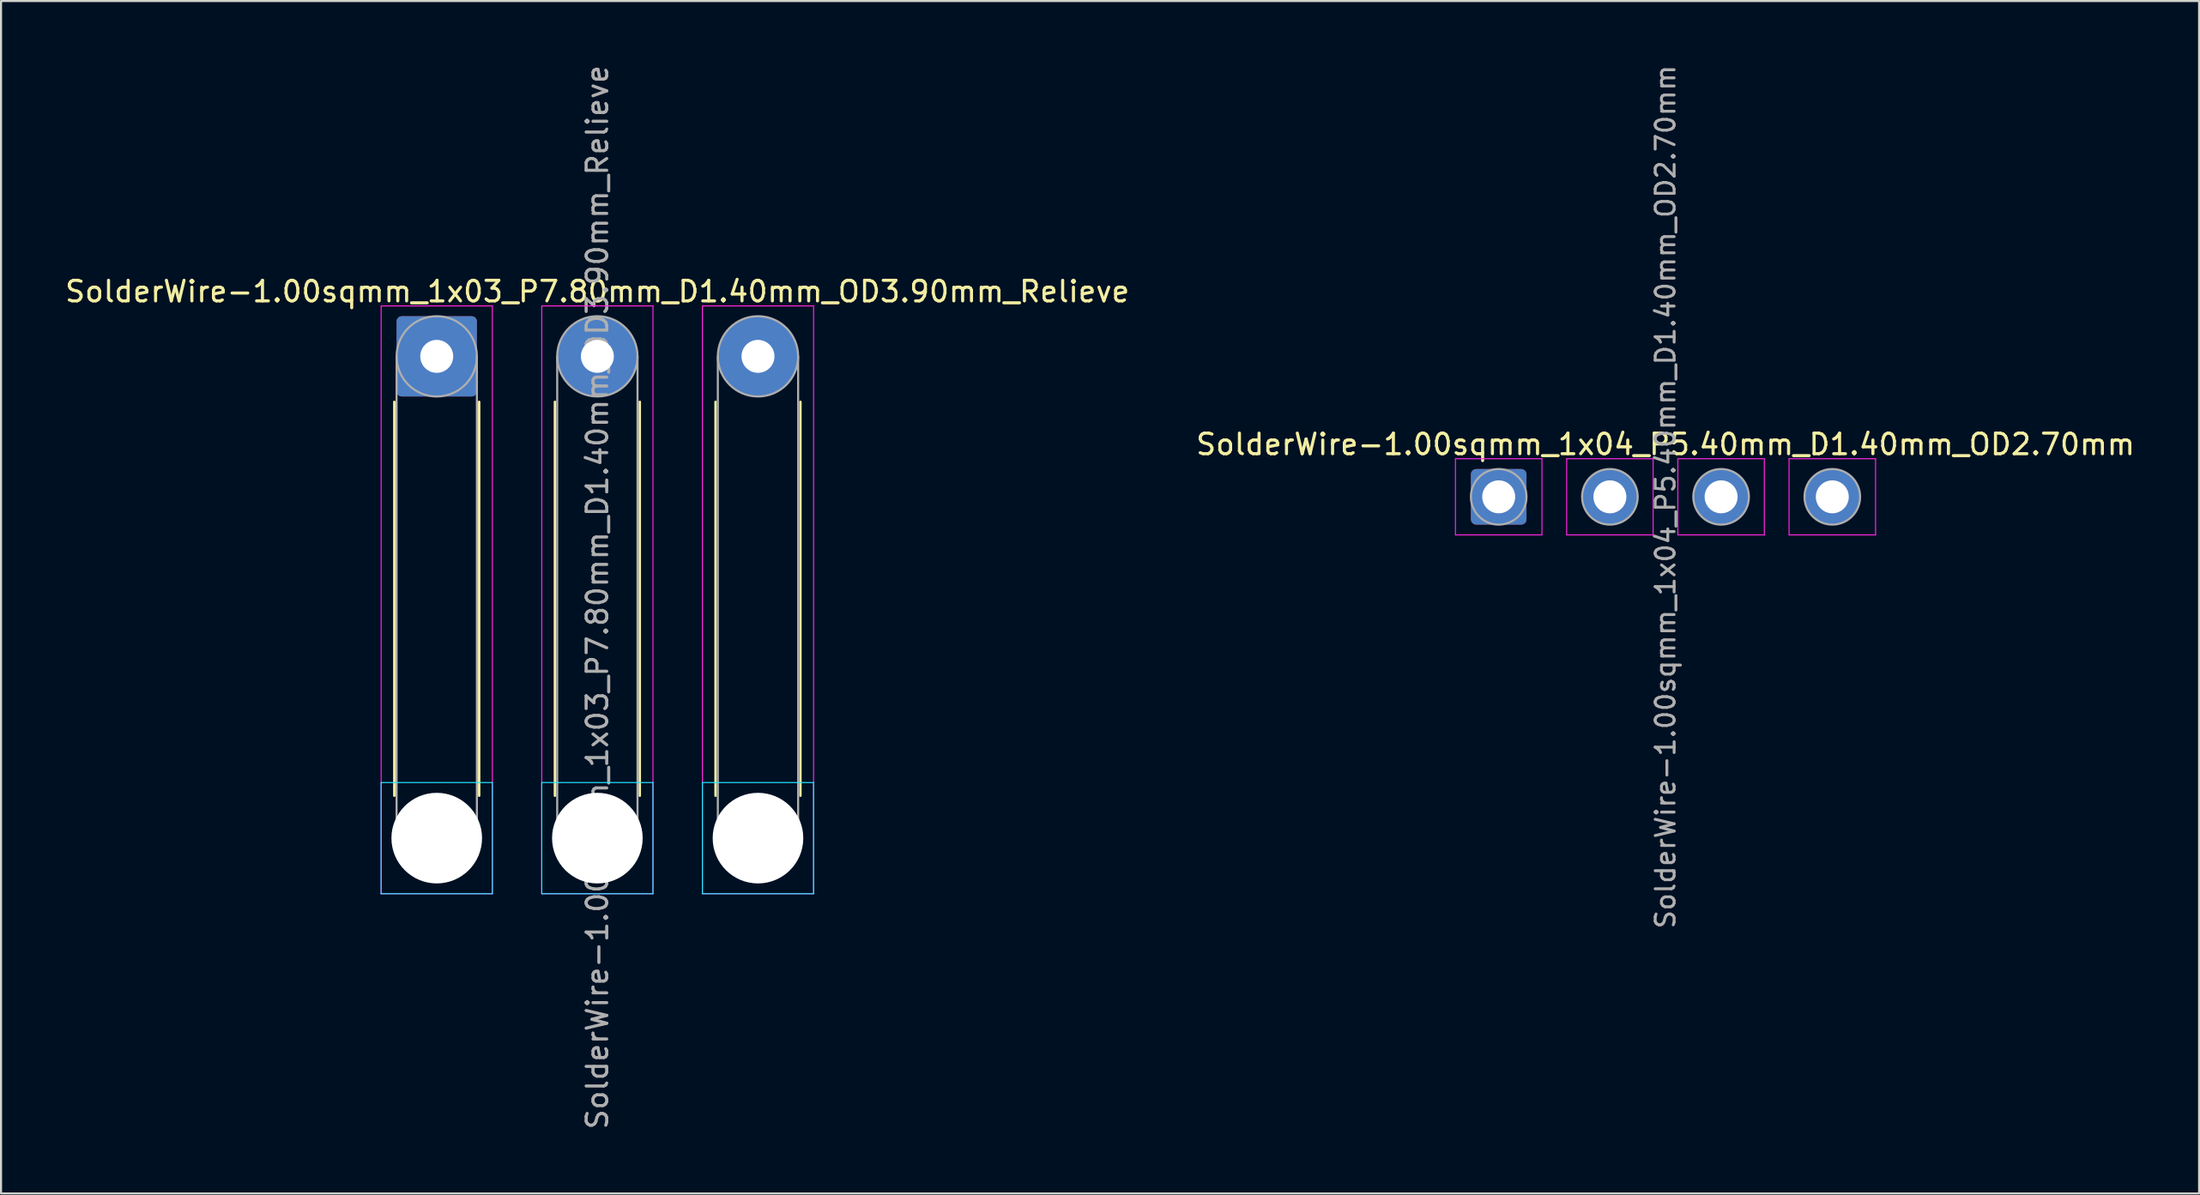
<source format=kicad_pcb>
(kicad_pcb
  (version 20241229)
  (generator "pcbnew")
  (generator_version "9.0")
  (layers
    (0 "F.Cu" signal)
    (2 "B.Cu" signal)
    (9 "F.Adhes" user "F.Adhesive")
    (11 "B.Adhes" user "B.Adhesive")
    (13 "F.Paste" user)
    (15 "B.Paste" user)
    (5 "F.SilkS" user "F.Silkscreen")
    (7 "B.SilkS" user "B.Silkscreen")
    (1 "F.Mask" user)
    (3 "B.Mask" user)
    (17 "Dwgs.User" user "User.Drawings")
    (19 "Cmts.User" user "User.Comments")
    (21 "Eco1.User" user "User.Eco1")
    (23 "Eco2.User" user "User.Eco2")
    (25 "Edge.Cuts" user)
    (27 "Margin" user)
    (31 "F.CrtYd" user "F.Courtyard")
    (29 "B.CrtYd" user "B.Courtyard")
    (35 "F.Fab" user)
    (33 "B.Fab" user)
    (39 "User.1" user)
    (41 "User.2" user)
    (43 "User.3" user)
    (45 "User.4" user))
  (footprint "SolderWire-1.00sqmm_1x03_P7.80mm_D1.40mm_OD3.90mm_Relieve"
    (layer "F.Cu")
    (at 18.158 14.258)
    (property "Reference" "SolderWire-1.00sqmm_1x03_P7.80mm_D1.40mm_OD3.90mm_Relieve" (at 7.8 -3.15 0) (layer "F.SilkS") (effects (font (size 1 1) (thickness 0.15))))
    (attr exclude_from_pos_files exclude_from_bom)
    (fp_line (start -2.06 2.21) (end -2.06 21.34) (stroke (width 0.12) (type solid)) (layer "F.SilkS"))
    (fp_line (start 2.06 2.21) (end 2.06 21.34) (stroke (width 0.12) (type solid)) (layer "F.SilkS"))
    (fp_line (start 5.74 2.21) (end 5.74 21.34) (stroke (width 0.12) (type solid)) (layer "F.SilkS"))
    (fp_line (start 9.86 2.21) (end 9.86 21.34) (stroke (width 0.12) (type solid)) (layer "F.SilkS"))
    (fp_line (start 13.54 2.21) (end 13.54 21.34) (stroke (width 0.12) (type solid)) (layer "F.SilkS"))
    (fp_line (start 17.66 2.21) (end 17.66 21.34) (stroke (width 0.12) (type solid)) (layer "F.SilkS"))
    (fp_line (start -2.7 20.7) (end -2.7 26.1) (stroke (width 0.05) (type solid)) (layer "B.CrtYd"))
    (fp_line (start -2.7 26.1) (end 2.7 26.1) (stroke (width 0.05) (type solid)) (layer "B.CrtYd"))
    (fp_line (start 2.7 20.7) (end -2.7 20.7) (stroke (width 0.05) (type solid)) (layer "B.CrtYd"))
    (fp_line (start 2.7 26.1) (end 2.7 20.7) (stroke (width 0.05) (type solid)) (layer "B.CrtYd"))
    (fp_line (start 5.1 20.7) (end 5.1 26.1) (stroke (width 0.05) (type solid)) (layer "B.CrtYd"))
    (fp_line (start 5.1 26.1) (end 10.5 26.1) (stroke (width 0.05) (type solid)) (layer "B.CrtYd"))
    (fp_line (start 10.5 20.7) (end 5.1 20.7) (stroke (width 0.05) (type solid)) (layer "B.CrtYd"))
    (fp_line (start 10.5 26.1) (end 10.5 20.7) (stroke (width 0.05) (type solid)) (layer "B.CrtYd"))
    (fp_line (start 12.9 20.7) (end 12.9 26.1) (stroke (width 0.05) (type solid)) (layer "B.CrtYd"))
    (fp_line (start 12.9 26.1) (end 18.3 26.1) (stroke (width 0.05) (type solid)) (layer "B.CrtYd"))
    (fp_line (start 18.3 20.7) (end 12.9 20.7) (stroke (width 0.05) (type solid)) (layer "B.CrtYd"))
    (fp_line (start 18.3 26.1) (end 18.3 20.7) (stroke (width 0.05) (type solid)) (layer "B.CrtYd"))
    (fp_line (start -2.7 -2.45) (end -2.7 26.1) (stroke (width 0.05) (type solid)) (layer "F.CrtYd"))
    (fp_line (start -2.7 26.1) (end 2.7 26.1) (stroke (width 0.05) (type solid)) (layer "F.CrtYd"))
    (fp_line (start 2.7 -2.45) (end -2.7 -2.45) (stroke (width 0.05) (type solid)) (layer "F.CrtYd"))
    (fp_line (start 2.7 26.1) (end 2.7 -2.45) (stroke (width 0.05) (type solid)) (layer "F.CrtYd"))
    (fp_line (start 5.1 -2.45) (end 5.1 26.1) (stroke (width 0.05) (type solid)) (layer "F.CrtYd"))
    (fp_line (start 5.1 26.1) (end 10.5 26.1) (stroke (width 0.05) (type solid)) (layer "F.CrtYd"))
    (fp_line (start 10.5 -2.45) (end 5.1 -2.45) (stroke (width 0.05) (type solid)) (layer "F.CrtYd"))
    (fp_line (start 10.5 26.1) (end 10.5 -2.45) (stroke (width 0.05) (type solid)) (layer "F.CrtYd"))
    (fp_line (start 12.9 -2.45) (end 12.9 26.1) (stroke (width 0.05) (type solid)) (layer "F.CrtYd"))
    (fp_line (start 12.9 26.1) (end 18.3 26.1) (stroke (width 0.05) (type solid)) (layer "F.CrtYd"))
    (fp_line (start 18.3 -2.45) (end 12.9 -2.45) (stroke (width 0.05) (type solid)) (layer "F.CrtYd"))
    (fp_line (start 18.3 26.1) (end 18.3 -2.45) (stroke (width 0.05) (type solid)) (layer "F.CrtYd"))
    (fp_line (start -1.95 0) (end -1.95 23.4) (stroke (width 0.1) (type solid)) (layer "F.Fab"))
    (fp_line (start 1.95 0) (end 1.95 23.4) (stroke (width 0.1) (type solid)) (layer "F.Fab"))
    (fp_line (start 5.85 0) (end 5.85 23.4) (stroke (width 0.1) (type solid)) (layer "F.Fab"))
    (fp_line (start 9.75 0) (end 9.75 23.4) (stroke (width 0.1) (type solid)) (layer "F.Fab"))
    (fp_line (start 13.65 0) (end 13.65 23.4) (stroke (width 0.1) (type solid)) (layer "F.Fab"))
    (fp_line (start 17.55 0) (end 17.55 23.4) (stroke (width 0.1) (type solid)) (layer "F.Fab"))
    (fp_circle (center 0 0) (end 1.95 0) (stroke (width 0.1) (type solid)) (fill no) (layer "F.Fab"))
    (fp_circle (center 0 23.4) (end 1.95 23.4) (stroke (width 0.1) (type solid)) (fill no) (layer "F.Fab"))
    (fp_circle (center 7.8 0) (end 9.75 0) (stroke (width 0.1) (type solid)) (fill no) (layer "F.Fab"))
    (fp_circle (center 7.8 23.4) (end 9.75 23.4) (stroke (width 0.1) (type solid)) (fill no) (layer "F.Fab"))
    (fp_circle (center 15.6 0) (end 17.55 0) (stroke (width 0.1) (type solid)) (fill no) (layer "F.Fab"))
    (fp_circle (center 15.6 23.4) (end 17.55 23.4) (stroke (width 0.1) (type solid)) (fill no) (layer "F.Fab"))
    (fp_text user "${REFERENCE}" (at 7.8 11.7 90) (layer "F.Fab") (effects (font (size 1 1) (thickness 0.15))))
    (pad "" np_thru_hole circle (at 0 23.4) (size 4.4 4.4) (drill 4.4) (layers "*.Cu" "*.Mask"))
    (pad "" np_thru_hole circle (at 7.8 23.4) (size 4.4 4.4) (drill 4.4) (layers "*.Cu" "*.Mask"))
    (pad "" np_thru_hole circle (at 15.6 23.4) (size 4.4 4.4) (drill 4.4) (layers "*.Cu" "*.Mask"))
    (pad "1" thru_hole roundrect (at 0 0) (size 3.9 3.9) (drill 1.6) (layers "*.Cu" "*.Mask") (roundrect_rratio 0.064))
    (pad "2" thru_hole circle (at 7.8 0) (size 3.9 3.9) (drill 1.6) (layers "*.Cu" "*.Mask"))
    (pad "3" thru_hole circle (at 15.6 0) (size 3.9 3.9) (drill 1.6) (layers "*.Cu" "*.Mask")))
  (footprint "SolderWire-1.00sqmm_1x04_P5.40mm_D1.40mm_OD2.70mm"
    (layer "F.Cu")
    (at 69.727 21.081)
    (property "Reference" "SolderWire-1.00sqmm_1x04_P5.40mm_D1.40mm_OD2.70mm" (at 8.1 -2.55 0) (layer "F.SilkS") (effects (font (size 1 1) (thickness 0.15))))
    (attr exclude_from_pos_files exclude_from_bom)
    (fp_line (start -2.1 -1.85) (end -2.1 1.85) (stroke (width 0.05) (type solid)) (layer "F.CrtYd"))
    (fp_line (start -2.1 1.85) (end 2.1 1.85) (stroke (width 0.05) (type solid)) (layer "F.CrtYd"))
    (fp_line (start 2.1 -1.85) (end -2.1 -1.85) (stroke (width 0.05) (type solid)) (layer "F.CrtYd"))
    (fp_line (start 2.1 1.85) (end 2.1 -1.85) (stroke (width 0.05) (type solid)) (layer "F.CrtYd"))
    (fp_line (start 3.3 -1.85) (end 3.3 1.85) (stroke (width 0.05) (type solid)) (layer "F.CrtYd"))
    (fp_line (start 3.3 1.85) (end 7.5 1.85) (stroke (width 0.05) (type solid)) (layer "F.CrtYd"))
    (fp_line (start 7.5 -1.85) (end 3.3 -1.85) (stroke (width 0.05) (type solid)) (layer "F.CrtYd"))
    (fp_line (start 7.5 1.85) (end 7.5 -1.85) (stroke (width 0.05) (type solid)) (layer "F.CrtYd"))
    (fp_line (start 8.7 -1.85) (end 8.7 1.85) (stroke (width 0.05) (type solid)) (layer "F.CrtYd"))
    (fp_line (start 8.7 1.85) (end 12.9 1.85) (stroke (width 0.05) (type solid)) (layer "F.CrtYd"))
    (fp_line (start 12.9 -1.85) (end 8.7 -1.85) (stroke (width 0.05) (type solid)) (layer "F.CrtYd"))
    (fp_line (start 12.9 1.85) (end 12.9 -1.85) (stroke (width 0.05) (type solid)) (layer "F.CrtYd"))
    (fp_line (start 14.1 -1.85) (end 14.1 1.85) (stroke (width 0.05) (type solid)) (layer "F.CrtYd"))
    (fp_line (start 14.1 1.85) (end 18.3 1.85) (stroke (width 0.05) (type solid)) (layer "F.CrtYd"))
    (fp_line (start 18.3 -1.85) (end 14.1 -1.85) (stroke (width 0.05) (type solid)) (layer "F.CrtYd"))
    (fp_line (start 18.3 1.85) (end 18.3 -1.85) (stroke (width 0.05) (type solid)) (layer "F.CrtYd"))
    (fp_circle (center 0 0) (end 1.35 0) (stroke (width 0.1) (type solid)) (fill no) (layer "F.Fab"))
    (fp_circle (center 5.4 0) (end 6.75 0) (stroke (width 0.1) (type solid)) (fill no) (layer "F.Fab"))
    (fp_circle (center 10.8 0) (end 12.15 0) (stroke (width 0.1) (type solid)) (fill no) (layer "F.Fab"))
    (fp_circle (center 16.2 0) (end 17.55 0) (stroke (width 0.1) (type solid)) (fill no) (layer "F.Fab"))
    (fp_text user "${REFERENCE}" (at 8.1 0 90) (layer "F.Fab") (effects (font (size 0.92 0.92) (thickness 0.14))))
    (pad "1" thru_hole roundrect (at 0 0) (size 2.7 2.7) (drill 1.6) (layers "*.Cu" "*.Mask") (roundrect_rratio 0.093))
    (pad "2" thru_hole circle (at 5.4 0) (size 2.7 2.7) (drill 1.6) (layers "*.Cu" "*.Mask"))
    (pad "3" thru_hole circle (at 10.8 0) (size 2.7 2.7) (drill 1.6) (layers "*.Cu" "*.Mask"))
    (pad "4" thru_hole circle (at 16.2 0) (size 2.7 2.7) (drill 1.6) (layers "*.Cu" "*.Mask")))
  (gr_rect
    (start -3 -3)
    (end 103.738 54.917)
    (stroke (width 0.1) (type default))
    (fill no)
    (layer "Edge.Cuts")))
</source>
